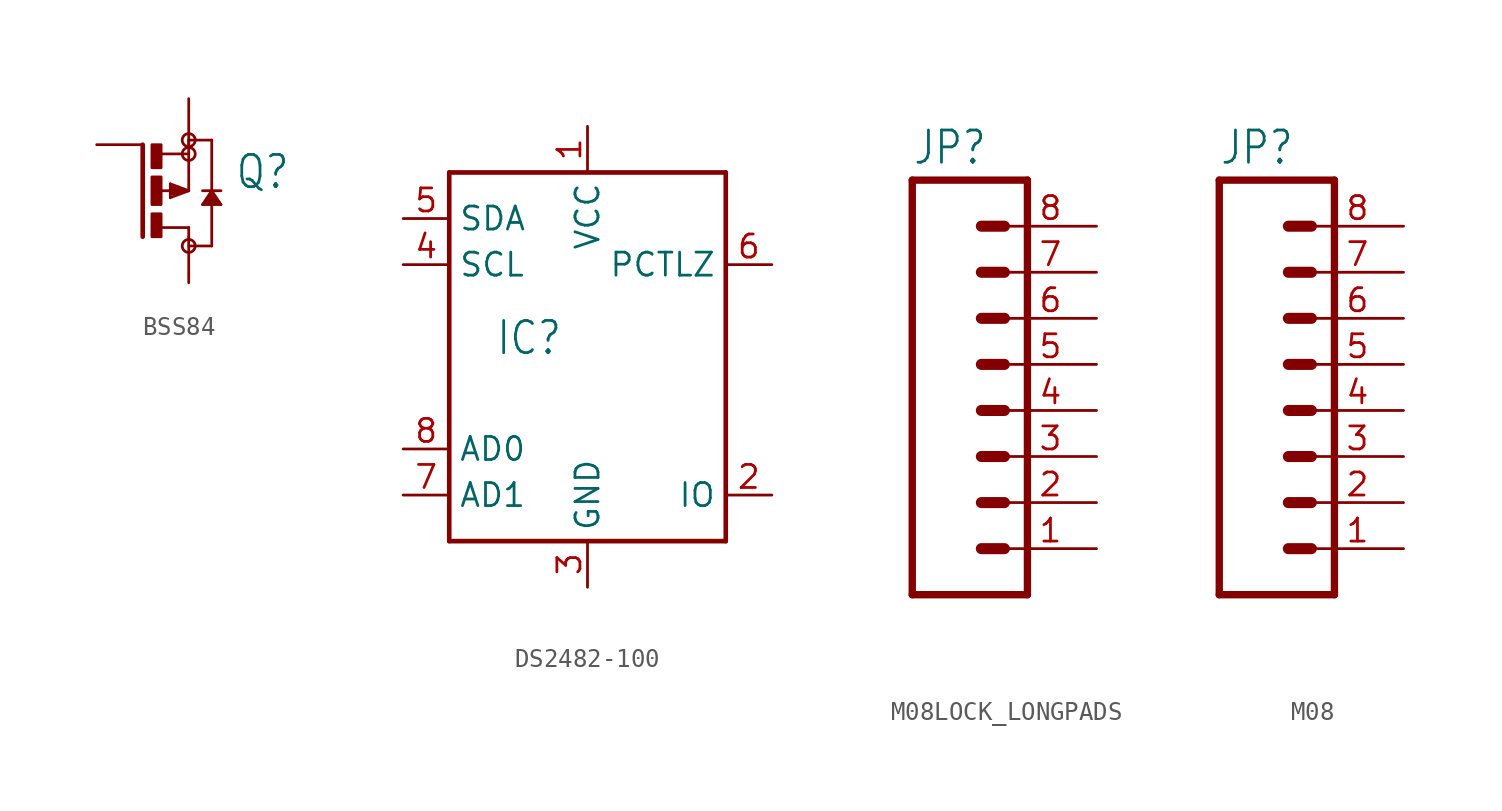
<source format=kicad_sym>
(kicad_symbol_lib
  (version 20231120)
  (generator "kicad_symbol_editor")
  (generator_version "8.0")
  (symbol "BSS84"
    (property "Reference" "Q"
      (at 2.54 0 0)
      (effects (font (size 1.778 1.511)) (justify left bottom)))
    (property "Value" ""
      (at 2.54 -2.54 0)
      (effects (font (size 1.778 1.511)) (justify left bottom)))
    (property "ki_locked" ""
      (at 0 0 0)
      (effects (font (size 1.27 1.27))))
    (symbol "BSS84_1_0"
      (rectangle (start -2.032 -2.54) (end -1.524 -1.27) (stroke (width 0) (type default)) (fill (type outline)))
      (rectangle (start -2.032 -0.762) (end -1.524 0.762) (stroke (width 0) (type default)) (fill (type outline)))
      (rectangle (start -2.032 1.27) (end -1.524 2.54) (stroke (width 0) (type default)) (fill (type outline)))
      (circle (center 0 -3.048) (radius 0.359) (stroke (width 0) (type solid)) (fill (type none)))
      (polyline (pts (xy -2.54 2.54) (xy -2.54 -2.54)) (stroke (width 0.254) (type solid)) (fill (type none)))
      (polyline (pts (xy -1.524 -2.032) (xy 0 -2.032)) (stroke (width 0.152) (type solid)) (fill (type none)))
      (polyline (pts (xy -1.524 0) (xy -0.508 0)) (stroke (width 0.152) (type solid)) (fill (type none)))
      (polyline (pts (xy -1.524 2.032) (xy 0 2.032)) (stroke (width 0.152) (type solid)) (fill (type none)))
      (polyline (pts (xy -1.016 -0.381) (xy 0 0)) (stroke (width 0.152) (type solid)) (fill (type none)))
      (polyline (pts (xy -1.016 0.381) (xy -1.016 -0.381)) (stroke (width 0.152) (type solid)) (fill (type none)))
      (polyline (pts (xy -0.889 -0.127) (xy -0.889 0.127)) (stroke (width 0.254) (type solid)) (fill (type none)))
      (polyline (pts (xy -0.889 0.127) (xy -0.508 0)) (stroke (width 0.254) (type solid)) (fill (type none)))
      (polyline (pts (xy -0.508 0) (xy -0.381 0)) (stroke (width 0.152) (type solid)) (fill (type none)))
      (polyline (pts (xy -0.381 0) (xy -0.889 -0.127)) (stroke (width 0.254) (type solid)) (fill (type none)))
      (polyline (pts (xy -0.381 0) (xy 0 0)) (stroke (width 0.152) (type solid)) (fill (type none)))
      (polyline (pts (xy 0 -3.048) (xy 1.27 -3.048)) (stroke (width 0.152) (type solid)) (fill (type none)))
      (polyline (pts (xy 0 -2.032) (xy 0 -2.54)) (stroke (width 0.152) (type solid)) (fill (type none)))
      (polyline (pts (xy 0 0) (xy -1.016 0.381)) (stroke (width 0.152) (type solid)) (fill (type none)))
      (polyline (pts (xy 0 0) (xy 0 2.032)) (stroke (width 0.152) (type solid)) (fill (type none)))
      (polyline (pts (xy 0 2.032) (xy 0 2.794)) (stroke (width 0.152) (type solid)) (fill (type none)))
      (polyline (pts (xy 0.762 -0.762) (xy 1.778 -0.762)) (stroke (width 0.152) (type solid)) (fill (type none)))
      (polyline (pts (xy 0.762 0) (xy 1.778 0)) (stroke (width 0.152) (type solid)) (fill (type none)))
      (polyline (pts (xy 1.016 -0.635) (xy 1.524 -0.635)) (stroke (width 0.254) (type solid)) (fill (type none)))
      (polyline (pts (xy 1.27 -3.048) (xy 1.27 -0.254)) (stroke (width 0.152) (type solid)) (fill (type none)))
      (polyline (pts (xy 1.27 -0.254) (xy 1.016 -0.635)) (stroke (width 0.254) (type solid)) (fill (type none)))
      (polyline (pts (xy 1.27 -0.254) (xy 1.27 0)) (stroke (width 0.152) (type solid)) (fill (type none)))
      (polyline (pts (xy 1.27 0) (xy 0.762 -0.762)) (stroke (width 0.152) (type solid)) (fill (type none)))
      (polyline (pts (xy 1.27 0) (xy 1.27 2.794)) (stroke (width 0.152) (type solid)) (fill (type none)))
      (polyline (pts (xy 1.27 2.794) (xy 0 2.794)) (stroke (width 0.152) (type solid)) (fill (type none)))
      (polyline (pts (xy 1.524 -0.635) (xy 1.27 -0.254)) (stroke (width 0.254) (type solid)) (fill (type none)))
      (polyline (pts (xy 1.778 -0.762) (xy 1.27 0)) (stroke (width 0.152) (type solid)) (fill (type none)))
      (circle (center 0 2.032) (radius 0.359) (stroke (width 0) (type solid)) (fill (type none)))
      (circle (center 0 2.794) (radius 0.359) (stroke (width 0) (type solid)) (fill (type none)))
      (pin passive line (at -5.08 2.54 0) (length 2.54) (name "G" (effects (font (size 0 0)))) (number "1" (effects (font (size 0 0)))))
      (pin passive line (at 0 5.08 270) (length 2.54) (name "S" (effects (font (size 0 0)))) (number "2" (effects (font (size 0 0)))))
      (pin passive line (at 0 -5.08 90) (length 2.54) (name "D" (effects (font (size 0 0)))) (number "3" (effects (font (size 0 0)))))))
  (symbol "DS2482-100"
    (property "Reference" "IC"
      (at -5.08 0 0)
      (effects (font (size 1.778 1.511)) (justify left bottom)))
    (property "Value" ""
      (at -5.08 -2.54 0)
      (effects (font (size 1.778 1.511)) (justify left bottom)))
    (property "ki_locked" ""
      (at 0 0 0)
      (effects (font (size 1.27 1.27))))
    (symbol "DS2482-100_1_0"
      (polyline (pts (xy -7.62 -10.16) (xy -7.62 10.16)) (stroke (width 0.254) (type solid)) (fill (type none)))
      (polyline (pts (xy -7.62 10.16) (xy 7.62 10.16)) (stroke (width 0.254) (type solid)) (fill (type none)))
      (polyline (pts (xy 7.62 -10.16) (xy -7.62 -10.16)) (stroke (width 0.254) (type solid)) (fill (type none)))
      (polyline (pts (xy 7.62 10.16) (xy 7.62 -10.16)) (stroke (width 0.254) (type solid)) (fill (type none)))
      (pin power_in line (at 0 12.7 270) (length 2.54) (name "VCC" (effects (font (size 1.27 1.27)))) (number "1" (effects (font (size 1.27 1.27)))))
      (pin bidirectional line (at 10.16 -7.62 180) (length 2.54) (name "IO" (effects (font (size 1.27 1.27)))) (number "2" (effects (font (size 1.27 1.27)))))
      (pin power_in line (at 0 -12.7 90) (length 2.54) (name "GND" (effects (font (size 1.27 1.27)))) (number "3" (effects (font (size 1.27 1.27)))))
      (pin bidirectional line (at -10.16 5.08 0) (length 2.54) (name "SCL" (effects (font (size 1.27 1.27)))) (number "4" (effects (font (size 1.27 1.27)))))
      (pin bidirectional line (at -10.16 7.62 0) (length 2.54) (name "SDA" (effects (font (size 1.27 1.27)))) (number "5" (effects (font (size 1.27 1.27)))))
      (pin output line (at 10.16 5.08 180) (length 2.54) (name "PCTLZ" (effects (font (size 1.27 1.27)))) (number "6" (effects (font (size 1.27 1.27)))))
      (pin input line (at -10.16 -7.62 0) (length 2.54) (name "AD1" (effects (font (size 1.27 1.27)))) (number "7" (effects (font (size 1.27 1.27)))))
      (pin input line (at -10.16 -5.08 0) (length 2.54) (name "AD0" (effects (font (size 1.27 1.27)))) (number "8" (effects (font (size 1.27 1.27)))))))
  (symbol "M08LOCK_LONGPADS"
    (property "Reference" "JP"
      (at -5.08 13.462 0)
      (effects (font (size 1.778 1.511)) (justify left bottom)))
    (property "Value" ""
      (at -5.08 -12.7 0)
      (effects (font (size 1.778 1.511)) (justify left bottom)))
    (property "ki_locked" ""
      (at 0 0 0)
      (effects (font (size 1.27 1.27))))
    (symbol "M08LOCK_LONGPADS_1_0"
      (polyline (pts (xy -5.08 12.7) (xy -5.08 -10.16)) (stroke (width 0.406) (type solid)) (fill (type none)))
      (polyline (pts (xy -5.08 12.7) (xy 1.27 12.7)) (stroke (width 0.406) (type solid)) (fill (type none)))
      (polyline (pts (xy -1.27 -7.62) (xy 0 -7.62)) (stroke (width 0.61) (type solid)) (fill (type none)))
      (polyline (pts (xy -1.27 -5.08) (xy 0 -5.08)) (stroke (width 0.61) (type solid)) (fill (type none)))
      (polyline (pts (xy -1.27 -2.54) (xy 0 -2.54)) (stroke (width 0.61) (type solid)) (fill (type none)))
      (polyline (pts (xy -1.27 0) (xy 0 0)) (stroke (width 0.61) (type solid)) (fill (type none)))
      (polyline (pts (xy -1.27 2.54) (xy 0 2.54)) (stroke (width 0.61) (type solid)) (fill (type none)))
      (polyline (pts (xy -1.27 5.08) (xy 0 5.08)) (stroke (width 0.61) (type solid)) (fill (type none)))
      (polyline (pts (xy -1.27 7.62) (xy 0 7.62)) (stroke (width 0.61) (type solid)) (fill (type none)))
      (polyline (pts (xy -1.27 10.16) (xy 0 10.16)) (stroke (width 0.61) (type solid)) (fill (type none)))
      (polyline (pts (xy 1.27 -10.16) (xy -5.08 -10.16)) (stroke (width 0.406) (type solid)) (fill (type none)))
      (polyline (pts (xy 1.27 -10.16) (xy 1.27 12.7)) (stroke (width 0.406) (type solid)) (fill (type none)))
      (pin passive line (at 5.08 -7.62 180) (length 5.08) (name "1" (effects (font (size 0 0)))) (number "1" (effects (font (size 1.27 1.27)))))
      (pin passive line (at 5.08 -5.08 180) (length 5.08) (name "2" (effects (font (size 0 0)))) (number "2" (effects (font (size 1.27 1.27)))))
      (pin passive line (at 5.08 -2.54 180) (length 5.08) (name "3" (effects (font (size 0 0)))) (number "3" (effects (font (size 1.27 1.27)))))
      (pin passive line (at 5.08 0 180) (length 5.08) (name "4" (effects (font (size 0 0)))) (number "4" (effects (font (size 1.27 1.27)))))
      (pin passive line (at 5.08 2.54 180) (length 5.08) (name "5" (effects (font (size 0 0)))) (number "5" (effects (font (size 1.27 1.27)))))
      (pin passive line (at 5.08 5.08 180) (length 5.08) (name "6" (effects (font (size 0 0)))) (number "6" (effects (font (size 1.27 1.27)))))
      (pin passive line (at 5.08 7.62 180) (length 5.08) (name "7" (effects (font (size 0 0)))) (number "7" (effects (font (size 1.27 1.27)))))
      (pin passive line (at 5.08 10.16 180) (length 5.08) (name "8" (effects (font (size 0 0)))) (number "8" (effects (font (size 1.27 1.27)))))))
  (symbol "M08"
    (property "Reference" "JP"
      (at -5.08 13.462 0)
      (effects (font (size 1.778 1.511)) (justify left bottom)))
    (property "Value" ""
      (at -5.08 -12.7 0)
      (effects (font (size 1.778 1.511)) (justify left bottom)))
    (property "ki_locked" ""
      (at 0 0 0)
      (effects (font (size 1.27 1.27))))
    (symbol "M08_1_0"
      (polyline (pts (xy -5.08 12.7) (xy -5.08 -10.16)) (stroke (width 0.406) (type solid)) (fill (type none)))
      (polyline (pts (xy -5.08 12.7) (xy 1.27 12.7)) (stroke (width 0.406) (type solid)) (fill (type none)))
      (polyline (pts (xy -1.27 -7.62) (xy 0 -7.62)) (stroke (width 0.61) (type solid)) (fill (type none)))
      (polyline (pts (xy -1.27 -5.08) (xy 0 -5.08)) (stroke (width 0.61) (type solid)) (fill (type none)))
      (polyline (pts (xy -1.27 -2.54) (xy 0 -2.54)) (stroke (width 0.61) (type solid)) (fill (type none)))
      (polyline (pts (xy -1.27 0) (xy 0 0)) (stroke (width 0.61) (type solid)) (fill (type none)))
      (polyline (pts (xy -1.27 2.54) (xy 0 2.54)) (stroke (width 0.61) (type solid)) (fill (type none)))
      (polyline (pts (xy -1.27 5.08) (xy 0 5.08)) (stroke (width 0.61) (type solid)) (fill (type none)))
      (polyline (pts (xy -1.27 7.62) (xy 0 7.62)) (stroke (width 0.61) (type solid)) (fill (type none)))
      (polyline (pts (xy -1.27 10.16) (xy 0 10.16)) (stroke (width 0.61) (type solid)) (fill (type none)))
      (polyline (pts (xy 1.27 -10.16) (xy -5.08 -10.16)) (stroke (width 0.406) (type solid)) (fill (type none)))
      (polyline (pts (xy 1.27 -10.16) (xy 1.27 12.7)) (stroke (width 0.406) (type solid)) (fill (type none)))
      (pin passive line (at 5.08 -7.62 180) (length 5.08) (name "1" (effects (font (size 0 0)))) (number "1" (effects (font (size 1.27 1.27)))))
      (pin passive line (at 5.08 -5.08 180) (length 5.08) (name "2" (effects (font (size 0 0)))) (number "2" (effects (font (size 1.27 1.27)))))
      (pin passive line (at 5.08 -2.54 180) (length 5.08) (name "3" (effects (font (size 0 0)))) (number "3" (effects (font (size 1.27 1.27)))))
      (pin passive line (at 5.08 0 180) (length 5.08) (name "4" (effects (font (size 0 0)))) (number "4" (effects (font (size 1.27 1.27)))))
      (pin passive line (at 5.08 2.54 180) (length 5.08) (name "5" (effects (font (size 0 0)))) (number "5" (effects (font (size 1.27 1.27)))))
      (pin passive line (at 5.08 5.08 180) (length 5.08) (name "6" (effects (font (size 0 0)))) (number "6" (effects (font (size 1.27 1.27)))))
      (pin passive line (at 5.08 7.62 180) (length 5.08) (name "7" (effects (font (size 0 0)))) (number "7" (effects (font (size 1.27 1.27)))))
      (pin passive line (at 5.08 10.16 180) (length 5.08) (name "8" (effects (font (size 0 0)))) (number "8" (effects (font (size 1.27 1.27))))))))
</source>
